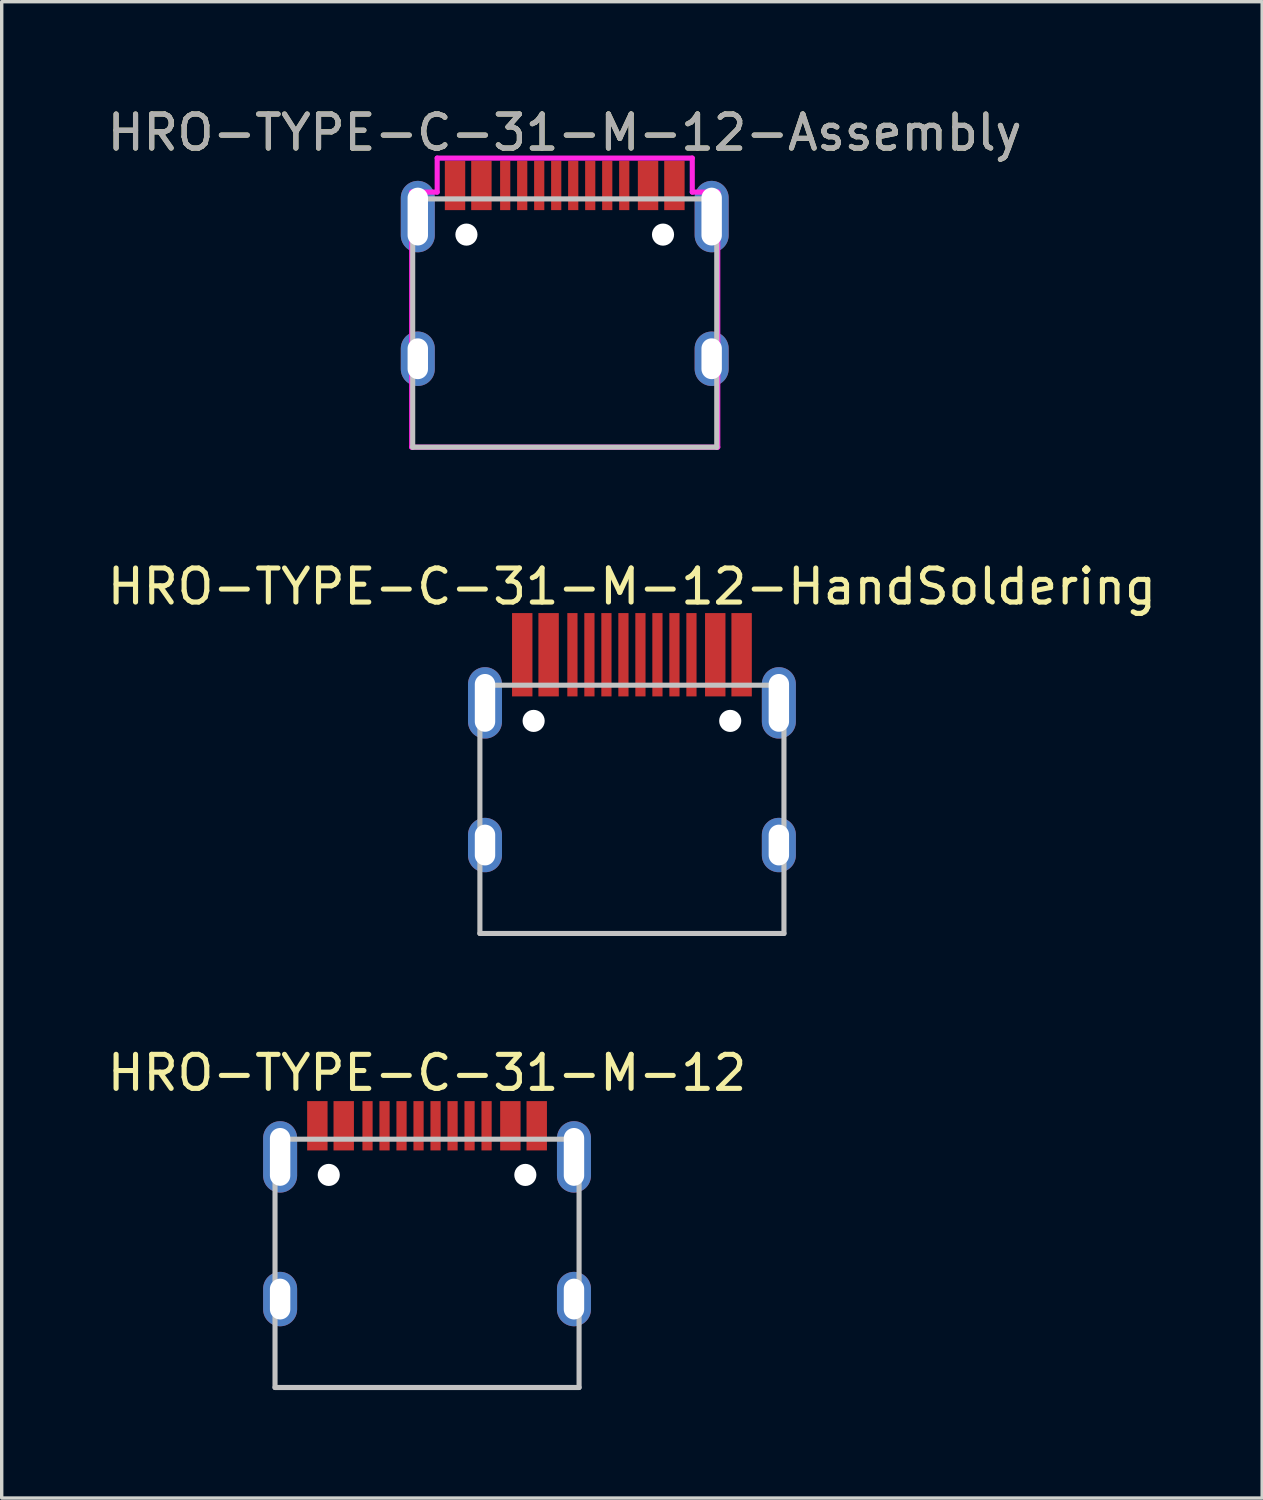
<source format=kicad_pcb>
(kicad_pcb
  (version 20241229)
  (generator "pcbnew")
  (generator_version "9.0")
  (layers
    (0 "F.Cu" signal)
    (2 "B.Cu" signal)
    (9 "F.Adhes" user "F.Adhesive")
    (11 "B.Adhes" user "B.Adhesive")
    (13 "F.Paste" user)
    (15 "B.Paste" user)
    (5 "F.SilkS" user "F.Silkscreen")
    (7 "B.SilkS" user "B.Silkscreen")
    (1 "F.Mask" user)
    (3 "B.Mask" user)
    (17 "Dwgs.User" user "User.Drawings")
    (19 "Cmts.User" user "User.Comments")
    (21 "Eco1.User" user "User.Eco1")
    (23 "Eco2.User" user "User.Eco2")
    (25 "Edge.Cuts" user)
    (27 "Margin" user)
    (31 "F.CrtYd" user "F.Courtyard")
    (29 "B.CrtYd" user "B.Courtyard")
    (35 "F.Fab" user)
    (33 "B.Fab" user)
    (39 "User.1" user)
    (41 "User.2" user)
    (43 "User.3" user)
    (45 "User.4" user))
  (footprint "HRO-TYPE-C-31-M-12-Assembly"
    (layer "F.Cu")
    (at 13.554 10.098)
    (property "Reference" "HRO-TYPE-C-31-M-12-Assembly" (at 0 -9.25 0) (layer "F.SilkS") (effects (font (size 1 1) (thickness 0.15))))
    (attr smd)
    (fp_line (start -4.47 -7.3) (end 4.47 -7.3) (stroke (width 0.15) (type solid)) (layer "Dwgs.User"))
    (fp_line (start -4.47 0) (end -4.47 -7.3) (stroke (width 0.15) (type solid)) (layer "Dwgs.User"))
    (fp_line (start -4.47 0) (end 4.47 0) (stroke (width 0.15) (type solid)) (layer "Dwgs.User"))
    (fp_line (start 4.47 0) (end 4.47 -7.3) (stroke (width 0.15) (type solid)) (layer "Dwgs.User"))
    (fp_line (start -4.5 -7.5) (end -3.75 -7.5) (stroke (width 0.15) (type solid)) (layer "F.CrtYd"))
    (fp_line (start -4.5 0) (end -4.5 -7.5) (stroke (width 0.15) (type solid)) (layer "F.CrtYd"))
    (fp_line (start -3.75 -8.5) (end 3.75 -8.5) (stroke (width 0.15) (type solid)) (layer "F.CrtYd"))
    (fp_line (start -3.75 -7.5) (end -3.75 -8.5) (stroke (width 0.15) (type solid)) (layer "F.CrtYd"))
    (fp_line (start 3.75 -8.5) (end 3.75 -7.5) (stroke (width 0.15) (type solid)) (layer "F.CrtYd"))
    (fp_line (start 3.75 -7.5) (end 4.5 -7.5) (stroke (width 0.15) (type solid)) (layer "F.CrtYd"))
    (fp_line (start 4.5 -7.5) (end 4.5 0) (stroke (width 0.15) (type solid)) (layer "F.CrtYd"))
    (fp_line (start 4.5 0) (end -4.5 0) (stroke (width 0.15) (type solid)) (layer "F.CrtYd"))
    (fp_text user "${REFERENCE}" (at 0 -9.25 0) (layer "F.Fab") (effects (font (size 1 1) (thickness 0.15))))
    (pad "" np_thru_hole circle (at -2.89 -6.25) (size 0.65 0.65) (drill 0.65) (layers "*.Cu" "*.Mask"))
    (pad "" np_thru_hole circle (at 2.89 -6.25) (size 0.65 0.65) (drill 0.65) (layers "*.Cu" "*.Mask"))
    (pad "1" smd rect (at -3.225 -7.695) (size 0.6 1.45) (layers "F.Cu" "F.Mask" "F.Paste"))
    (pad "2" smd rect (at -2.45 -7.695) (size 0.6 1.45) (layers "F.Cu" "F.Mask" "F.Paste"))
    (pad "3" smd rect (at -1.75 -7.695) (size 0.3 1.45) (layers "F.Cu" "F.Mask" "F.Paste"))
    (pad "4" smd rect (at -1.25 -7.695) (size 0.3 1.45) (layers "F.Cu" "F.Mask" "F.Paste"))
    (pad "5" smd rect (at -0.75 -7.695) (size 0.3 1.45) (layers "F.Cu" "F.Mask" "F.Paste"))
    (pad "6" smd rect (at -0.25 -7.695) (size 0.3 1.45) (layers "F.Cu" "F.Mask" "F.Paste"))
    (pad "7" smd rect (at 0.25 -7.695) (size 0.3 1.45) (layers "F.Cu" "F.Mask" "F.Paste"))
    (pad "8" smd rect (at 0.75 -7.695) (size 0.3 1.45) (layers "F.Cu" "F.Mask" "F.Paste"))
    (pad "9" smd rect (at 1.25 -7.695) (size 0.3 1.45) (layers "F.Cu" "F.Mask" "F.Paste"))
    (pad "10" smd rect (at 1.75 -7.695) (size 0.3 1.45) (layers "F.Cu" "F.Mask" "F.Paste"))
    (pad "11" smd rect (at 2.45 -7.695) (size 0.6 1.45) (layers "F.Cu" "F.Mask" "F.Paste"))
    (pad "12" smd rect (at 3.225 -7.695) (size 0.6 1.45) (layers "F.Cu" "F.Mask" "F.Paste"))
    (pad "13" thru_hole oval (at -4.32 -6.78) (size 1 2.1) (drill oval 0.6 1.7) (layers "*.Cu" "*.Mask"))
    (pad "13" thru_hole oval (at -4.32 -2.6) (size 1 1.6) (drill oval 0.6 1.2) (layers "*.Cu" "*.Mask"))
    (pad "13" thru_hole oval (at 4.32 -6.78) (size 1 2.1) (drill oval 0.6 1.7) (layers "*.Cu" "*.Mask"))
    (pad "13" thru_hole oval (at 4.32 -2.6) (size 1 1.6) (drill oval 0.6 1.2) (layers "*.Cu" "*.Mask")))
  (footprint "HRO-TYPE-C-31-M-12"
    (layer "F.Cu")
    (at 9.506 37.745)
    (property "Reference" "HRO-TYPE-C-31-M-12" (at 0 -9.25 0) (layer "F.SilkS") (effects (font (size 1 1) (thickness 0.15))))
    (attr smd)
    (fp_line (start -4.47 -7.3) (end 4.47 -7.3) (stroke (width 0.15) (type solid)) (layer "Dwgs.User"))
    (fp_line (start -4.47 0) (end -4.47 -7.3) (stroke (width 0.15) (type solid)) (layer "Dwgs.User"))
    (fp_line (start -4.47 0) (end 4.47 0) (stroke (width 0.15) (type solid)) (layer "Dwgs.User"))
    (fp_line (start 4.47 0) (end 4.47 -7.3) (stroke (width 0.15) (type solid)) (layer "Dwgs.User"))
    (pad "" np_thru_hole circle (at -2.89 -6.25) (size 0.65 0.65) (drill 0.65) (layers "*.Cu" "*.Mask"))
    (pad "" np_thru_hole circle (at 2.89 -6.25) (size 0.65 0.65) (drill 0.65) (layers "*.Cu" "*.Mask"))
    (pad "1" smd rect (at -3.225 -7.695) (size 0.6 1.45) (layers "F.Cu" "F.Mask" "F.Paste"))
    (pad "2" smd rect (at -2.45 -7.695) (size 0.6 1.45) (layers "F.Cu" "F.Mask" "F.Paste"))
    (pad "3" smd rect (at -1.75 -7.695) (size 0.3 1.45) (layers "F.Cu" "F.Mask" "F.Paste"))
    (pad "4" smd rect (at -1.25 -7.695) (size 0.3 1.45) (layers "F.Cu" "F.Mask" "F.Paste"))
    (pad "5" smd rect (at -0.75 -7.695) (size 0.3 1.45) (layers "F.Cu" "F.Mask" "F.Paste"))
    (pad "6" smd rect (at -0.25 -7.695) (size 0.3 1.45) (layers "F.Cu" "F.Mask" "F.Paste"))
    (pad "7" smd rect (at 0.25 -7.695) (size 0.3 1.45) (layers "F.Cu" "F.Mask" "F.Paste"))
    (pad "8" smd rect (at 0.75 -7.695) (size 0.3 1.45) (layers "F.Cu" "F.Mask" "F.Paste"))
    (pad "9" smd rect (at 1.25 -7.695) (size 0.3 1.45) (layers "F.Cu" "F.Mask" "F.Paste"))
    (pad "10" smd rect (at 1.75 -7.695) (size 0.3 1.45) (layers "F.Cu" "F.Mask" "F.Paste"))
    (pad "11" smd rect (at 2.45 -7.695) (size 0.6 1.45) (layers "F.Cu" "F.Mask" "F.Paste"))
    (pad "12" smd rect (at 3.225 -7.695) (size 0.6 1.45) (layers "F.Cu" "F.Mask" "F.Paste"))
    (pad "13" thru_hole oval (at -4.32 -6.78) (size 1 2.1) (drill oval 0.6 1.7) (layers "*.Cu" "B.Mask"))
    (pad "13" thru_hole oval (at -4.32 -2.6) (size 1 1.6) (drill oval 0.6 1.2) (layers "*.Cu" "B.Mask"))
    (pad "13" thru_hole oval (at 4.32 -6.78) (size 1 2.1) (drill oval 0.6 1.7) (layers "*.Cu" "B.Mask"))
    (pad "13" thru_hole oval (at 4.32 -2.6) (size 1 1.6) (drill oval 0.6 1.2) (layers "*.Cu" "B.Mask")))
  (footprint "HRO-TYPE-C-31-M-12-HandSoldering"
    (layer "F.Cu")
    (at 15.53 24.396)
    (property "Reference" "HRO-TYPE-C-31-M-12-HandSoldering" (at 0 -10.2 0) (layer "F.SilkS") (effects (font (size 1 1) (thickness 0.15))))
    (attr smd)
    (fp_line (start -4.47 -7.3) (end 4.47 -7.3) (stroke (width 0.15) (type solid)) (layer "Dwgs.User"))
    (fp_line (start -4.47 0) (end -4.47 -7.3) (stroke (width 0.15) (type solid)) (layer "Dwgs.User"))
    (fp_line (start -4.47 0) (end 4.47 0) (stroke (width 0.15) (type solid)) (layer "Dwgs.User"))
    (fp_line (start 4.47 0) (end 4.47 -7.3) (stroke (width 0.15) (type solid)) (layer "Dwgs.User"))
    (pad "" np_thru_hole circle (at -2.89 -6.25) (size 0.65 0.65) (drill 0.65) (layers "*.Cu" "*.Mask"))
    (pad "" np_thru_hole circle (at 2.89 -6.25) (size 0.65 0.65) (drill 0.65) (layers "*.Cu" "*.Mask"))
    (pad "1" smd rect (at -3.225 -8.195) (size 0.6 2.45) (layers "F.Cu" "F.Mask" "F.Paste"))
    (pad "2" smd rect (at -2.45 -8.195) (size 0.6 2.45) (layers "F.Cu" "F.Mask" "F.Paste"))
    (pad "3" smd rect (at -1.75 -8.195) (size 0.3 2.45) (layers "F.Cu" "F.Mask" "F.Paste"))
    (pad "4" smd rect (at -1.25 -8.195) (size 0.3 2.45) (layers "F.Cu" "F.Mask" "F.Paste"))
    (pad "5" smd rect (at -0.75 -8.195) (size 0.3 2.45) (layers "F.Cu" "F.Mask" "F.Paste"))
    (pad "6" smd rect (at -0.25 -8.195) (size 0.3 2.45) (layers "F.Cu" "F.Mask" "F.Paste"))
    (pad "7" smd rect (at 0.25 -8.195) (size 0.3 2.45) (layers "F.Cu" "F.Mask" "F.Paste"))
    (pad "8" smd rect (at 0.75 -8.195) (size 0.3 2.45) (layers "F.Cu" "F.Mask" "F.Paste"))
    (pad "9" smd rect (at 1.25 -8.195) (size 0.3 2.45) (layers "F.Cu" "F.Mask" "F.Paste"))
    (pad "10" smd rect (at 1.75 -8.195) (size 0.3 2.45) (layers "F.Cu" "F.Mask" "F.Paste"))
    (pad "11" smd rect (at 2.45 -8.195) (size 0.6 2.45) (layers "F.Cu" "F.Mask" "F.Paste"))
    (pad "12" smd rect (at 3.225 -8.195) (size 0.6 2.45) (layers "F.Cu" "F.Mask" "F.Paste"))
    (pad "13" thru_hole oval (at -4.32 -6.78) (size 1 2.1) (drill oval 0.6 1.7) (layers "*.Cu" "B.Mask"))
    (pad "13" thru_hole oval (at -4.32 -2.6) (size 1 1.6) (drill oval 0.6 1.2) (layers "*.Cu" "B.Mask"))
    (pad "13" thru_hole oval (at 4.32 -6.78) (size 1 2.1) (drill oval 0.6 1.7) (layers "*.Cu" "B.Mask"))
    (pad "13" thru_hole oval (at 4.32 -2.6) (size 1 1.6) (drill oval 0.6 1.2) (layers "*.Cu" "B.Mask")))
  (gr_rect
    (start -3 -3)
    (end 34.06 40.995)
    (stroke (width 0.1) (type default))
    (fill no)
    (layer "Edge.Cuts")))
</source>
